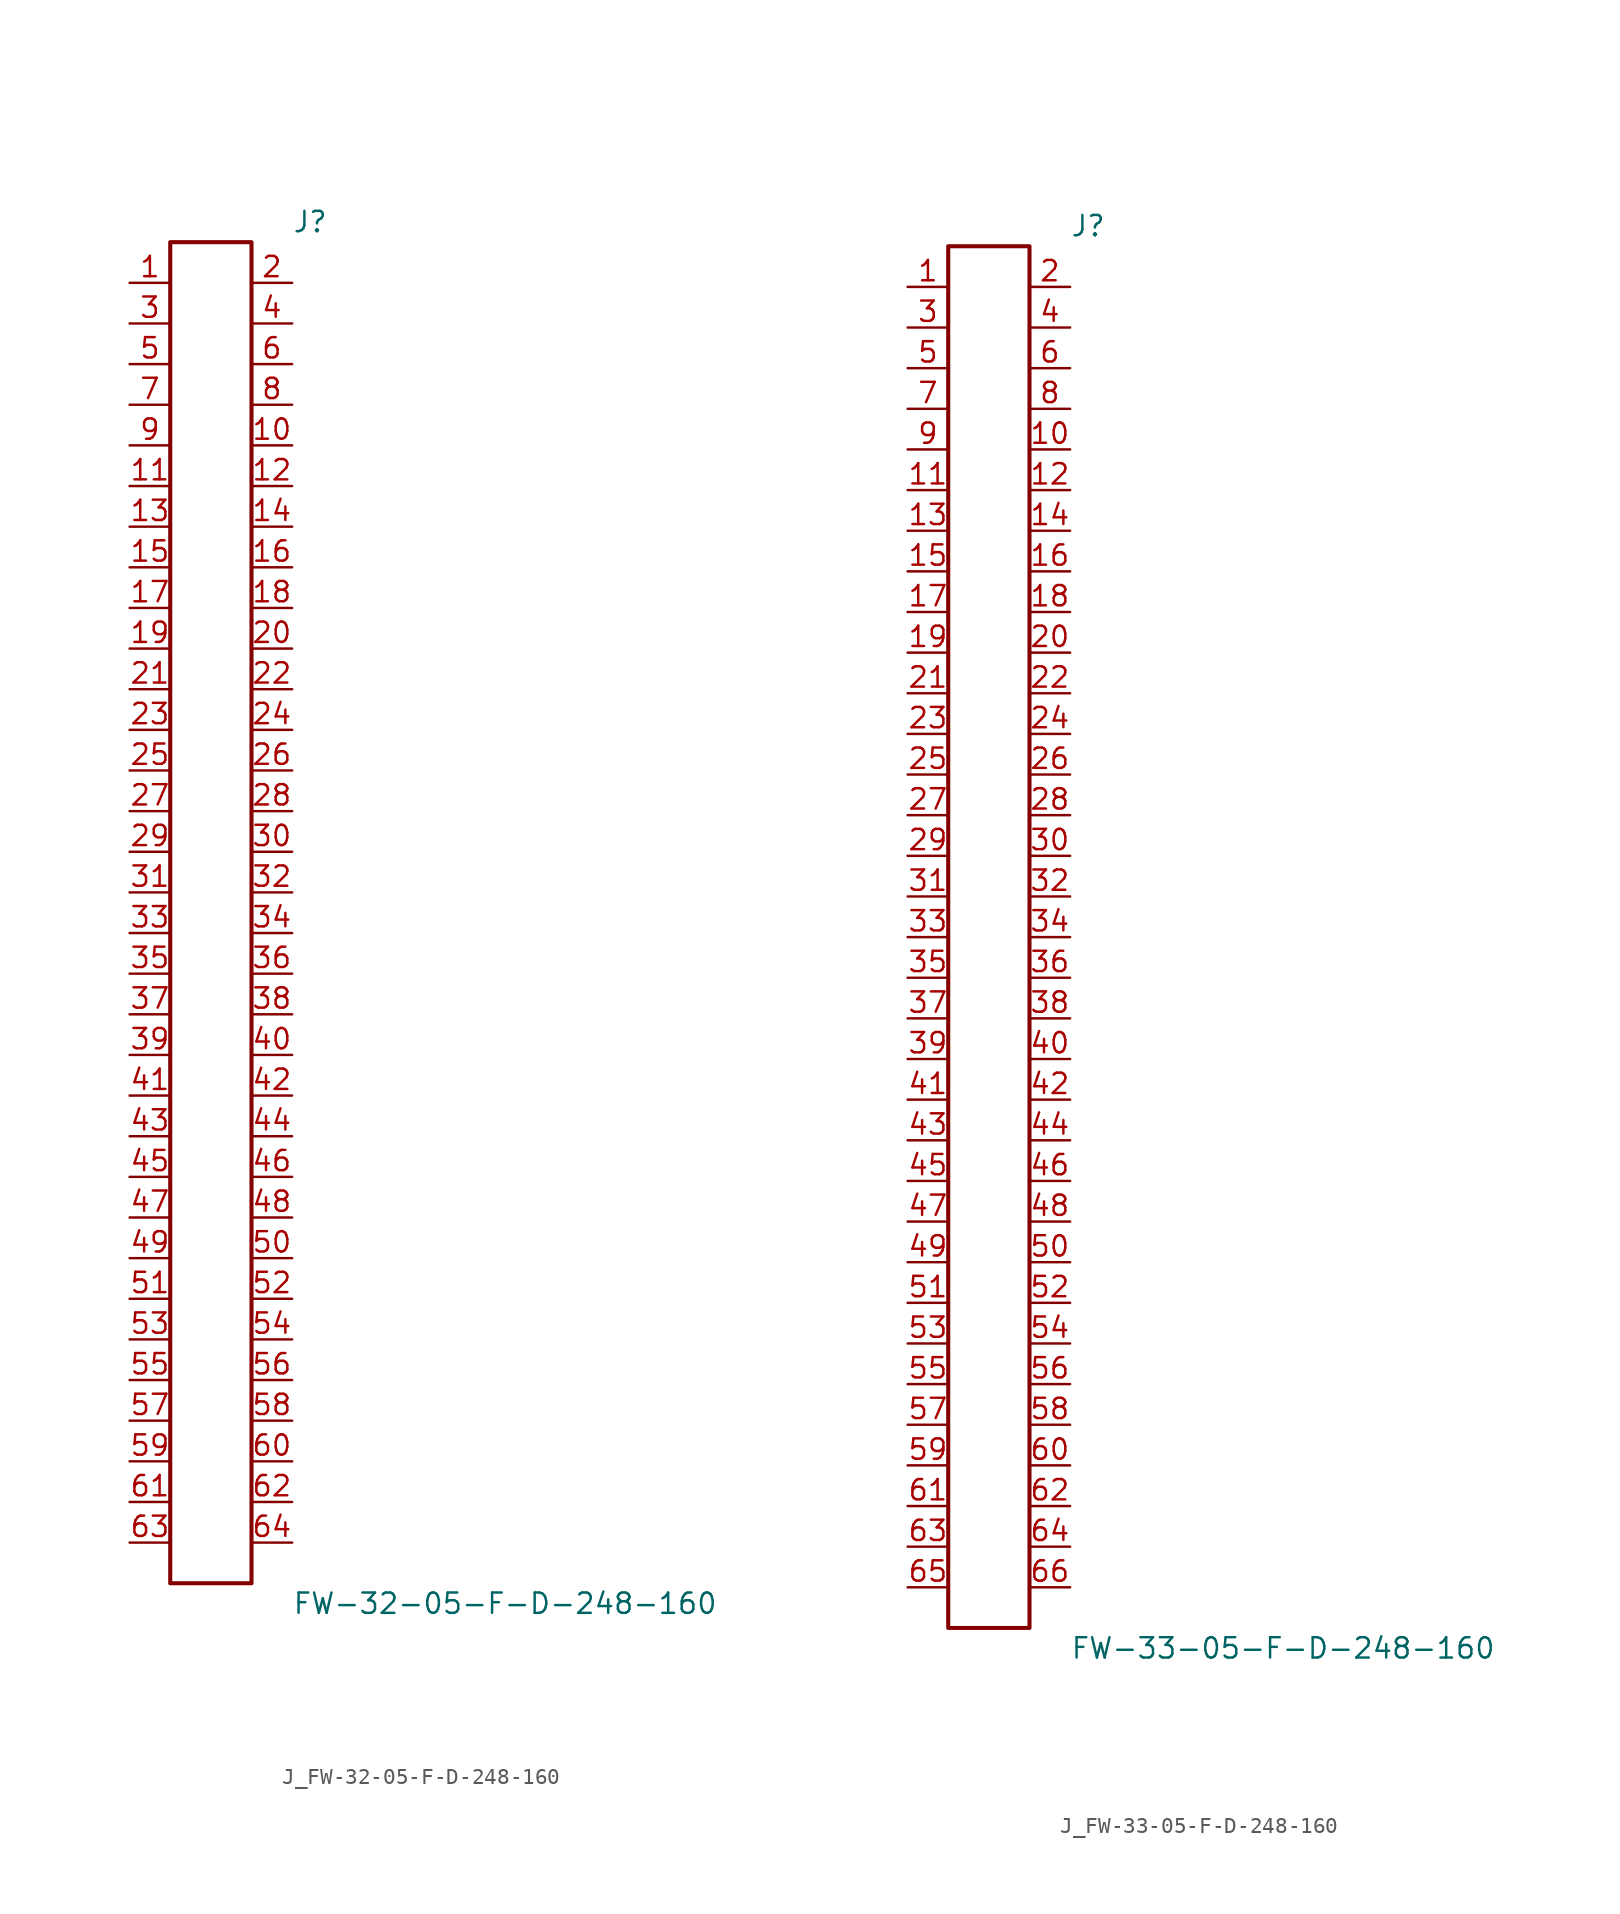
<source format=kicad_sym>
(kicad_symbol_lib
  (version 20231120)
  (generator kicad_symbol_editor)
  (generator_version 8.0)
  (symbol "J_FW-32-05-F-D-248-160"
    (pin_names
      (offset 0.254))
    (property "Reference" "J"
      (at 5.08 43.18 0)
      (effects (font (size 1.27 1.27)) (justify left)))
    (property "Value" "FW-32-05-F-D-248-160"
      (at 5.08 -43.18 0)
      (effects (font (size 1.27 1.27)) (justify left)))
    (symbol "J_FW-32-05-F-D-248-160_0_0"
      (pin passive line (at -5.08 39.37 0) (length 2.54) (name "" (effects (font (size 1.27 1.27)))) (number "1" (effects (font (size 1.27 1.27)))))
      (pin passive line (at 5.08 39.37 180) (length 2.54) (name "" (effects (font (size 1.27 1.27)))) (number "2" (effects (font (size 1.27 1.27)))))
      (pin passive line (at -5.08 36.83 0) (length 2.54) (name "" (effects (font (size 1.27 1.27)))) (number "3" (effects (font (size 1.27 1.27)))))
      (pin passive line (at 5.08 36.83 180) (length 2.54) (name "" (effects (font (size 1.27 1.27)))) (number "4" (effects (font (size 1.27 1.27)))))
      (pin passive line (at -5.08 34.29 0) (length 2.54) (name "" (effects (font (size 1.27 1.27)))) (number "5" (effects (font (size 1.27 1.27)))))
      (pin passive line (at 5.08 34.29 180) (length 2.54) (name "" (effects (font (size 1.27 1.27)))) (number "6" (effects (font (size 1.27 1.27)))))
      (pin passive line (at -5.08 31.75 0) (length 2.54) (name "" (effects (font (size 1.27 1.27)))) (number "7" (effects (font (size 1.27 1.27)))))
      (pin passive line (at 5.08 31.75 180) (length 2.54) (name "" (effects (font (size 1.27 1.27)))) (number "8" (effects (font (size 1.27 1.27)))))
      (pin passive line (at -5.08 29.21 0) (length 2.54) (name "" (effects (font (size 1.27 1.27)))) (number "9" (effects (font (size 1.27 1.27)))))
      (pin passive line (at 5.08 29.21 180) (length 2.54) (name "" (effects (font (size 1.27 1.27)))) (number "10" (effects (font (size 1.27 1.27)))))
      (pin passive line (at -5.08 26.67 0) (length 2.54) (name "" (effects (font (size 1.27 1.27)))) (number "11" (effects (font (size 1.27 1.27)))))
      (pin passive line (at 5.08 26.67 180) (length 2.54) (name "" (effects (font (size 1.27 1.27)))) (number "12" (effects (font (size 1.27 1.27)))))
      (pin passive line (at -5.08 24.13 0) (length 2.54) (name "" (effects (font (size 1.27 1.27)))) (number "13" (effects (font (size 1.27 1.27)))))
      (pin passive line (at 5.08 24.13 180) (length 2.54) (name "" (effects (font (size 1.27 1.27)))) (number "14" (effects (font (size 1.27 1.27)))))
      (pin passive line (at -5.08 21.59 0) (length 2.54) (name "" (effects (font (size 1.27 1.27)))) (number "15" (effects (font (size 1.27 1.27)))))
      (pin passive line (at 5.08 21.59 180) (length 2.54) (name "" (effects (font (size 1.27 1.27)))) (number "16" (effects (font (size 1.27 1.27)))))
      (pin passive line (at -5.08 19.05 0) (length 2.54) (name "" (effects (font (size 1.27 1.27)))) (number "17" (effects (font (size 1.27 1.27)))))
      (pin passive line (at 5.08 19.05 180) (length 2.54) (name "" (effects (font (size 1.27 1.27)))) (number "18" (effects (font (size 1.27 1.27)))))
      (pin passive line (at -5.08 16.51 0) (length 2.54) (name "" (effects (font (size 1.27 1.27)))) (number "19" (effects (font (size 1.27 1.27)))))
      (pin passive line (at 5.08 16.51 180) (length 2.54) (name "" (effects (font (size 1.27 1.27)))) (number "20" (effects (font (size 1.27 1.27)))))
      (pin passive line (at -5.08 13.97 0) (length 2.54) (name "" (effects (font (size 1.27 1.27)))) (number "21" (effects (font (size 1.27 1.27)))))
      (pin passive line (at 5.08 13.97 180) (length 2.54) (name "" (effects (font (size 1.27 1.27)))) (number "22" (effects (font (size 1.27 1.27)))))
      (pin passive line (at -5.08 11.43 0) (length 2.54) (name "" (effects (font (size 1.27 1.27)))) (number "23" (effects (font (size 1.27 1.27)))))
      (pin passive line (at 5.08 11.43 180) (length 2.54) (name "" (effects (font (size 1.27 1.27)))) (number "24" (effects (font (size 1.27 1.27)))))
      (pin passive line (at -5.08 8.89 0) (length 2.54) (name "" (effects (font (size 1.27 1.27)))) (number "25" (effects (font (size 1.27 1.27)))))
      (pin passive line (at 5.08 8.89 180) (length 2.54) (name "" (effects (font (size 1.27 1.27)))) (number "26" (effects (font (size 1.27 1.27)))))
      (pin passive line (at -5.08 6.35 0) (length 2.54) (name "" (effects (font (size 1.27 1.27)))) (number "27" (effects (font (size 1.27 1.27)))))
      (pin passive line (at 5.08 6.35 180) (length 2.54) (name "" (effects (font (size 1.27 1.27)))) (number "28" (effects (font (size 1.27 1.27)))))
      (pin passive line (at -5.08 3.81 0) (length 2.54) (name "" (effects (font (size 1.27 1.27)))) (number "29" (effects (font (size 1.27 1.27)))))
      (pin passive line (at 5.08 3.81 180) (length 2.54) (name "" (effects (font (size 1.27 1.27)))) (number "30" (effects (font (size 1.27 1.27)))))
      (pin passive line (at -5.08 1.27 0) (length 2.54) (name "" (effects (font (size 1.27 1.27)))) (number "31" (effects (font (size 1.27 1.27)))))
      (pin passive line (at 5.08 1.27 180) (length 2.54) (name "" (effects (font (size 1.27 1.27)))) (number "32" (effects (font (size 1.27 1.27)))))
      (pin passive line (at -5.08 -1.27 0) (length 2.54) (name "" (effects (font (size 1.27 1.27)))) (number "33" (effects (font (size 1.27 1.27)))))
      (pin passive line (at 5.08 -1.27 180) (length 2.54) (name "" (effects (font (size 1.27 1.27)))) (number "34" (effects (font (size 1.27 1.27)))))
      (pin passive line (at -5.08 -3.81 0) (length 2.54) (name "" (effects (font (size 1.27 1.27)))) (number "35" (effects (font (size 1.27 1.27)))))
      (pin passive line (at 5.08 -3.81 180) (length 2.54) (name "" (effects (font (size 1.27 1.27)))) (number "36" (effects (font (size 1.27 1.27)))))
      (pin passive line (at -5.08 -6.35 0) (length 2.54) (name "" (effects (font (size 1.27 1.27)))) (number "37" (effects (font (size 1.27 1.27)))))
      (pin passive line (at 5.08 -6.35 180) (length 2.54) (name "" (effects (font (size 1.27 1.27)))) (number "38" (effects (font (size 1.27 1.27)))))
      (pin passive line (at -5.08 -8.89 0) (length 2.54) (name "" (effects (font (size 1.27 1.27)))) (number "39" (effects (font (size 1.27 1.27)))))
      (pin passive line (at 5.08 -8.89 180) (length 2.54) (name "" (effects (font (size 1.27 1.27)))) (number "40" (effects (font (size 1.27 1.27)))))
      (pin passive line (at -5.08 -11.43 0) (length 2.54) (name "" (effects (font (size 1.27 1.27)))) (number "41" (effects (font (size 1.27 1.27)))))
      (pin passive line (at 5.08 -11.43 180) (length 2.54) (name "" (effects (font (size 1.27 1.27)))) (number "42" (effects (font (size 1.27 1.27)))))
      (pin passive line (at -5.08 -13.97 0) (length 2.54) (name "" (effects (font (size 1.27 1.27)))) (number "43" (effects (font (size 1.27 1.27)))))
      (pin passive line (at 5.08 -13.97 180) (length 2.54) (name "" (effects (font (size 1.27 1.27)))) (number "44" (effects (font (size 1.27 1.27)))))
      (pin passive line (at -5.08 -16.51 0) (length 2.54) (name "" (effects (font (size 1.27 1.27)))) (number "45" (effects (font (size 1.27 1.27)))))
      (pin passive line (at 5.08 -16.51 180) (length 2.54) (name "" (effects (font (size 1.27 1.27)))) (number "46" (effects (font (size 1.27 1.27)))))
      (pin passive line (at -5.08 -19.05 0) (length 2.54) (name "" (effects (font (size 1.27 1.27)))) (number "47" (effects (font (size 1.27 1.27)))))
      (pin passive line (at 5.08 -19.05 180) (length 2.54) (name "" (effects (font (size 1.27 1.27)))) (number "48" (effects (font (size 1.27 1.27)))))
      (pin passive line (at -5.08 -21.59 0) (length 2.54) (name "" (effects (font (size 1.27 1.27)))) (number "49" (effects (font (size 1.27 1.27)))))
      (pin passive line (at 5.08 -21.59 180) (length 2.54) (name "" (effects (font (size 1.27 1.27)))) (number "50" (effects (font (size 1.27 1.27)))))
      (pin passive line (at -5.08 -24.13 0) (length 2.54) (name "" (effects (font (size 1.27 1.27)))) (number "51" (effects (font (size 1.27 1.27)))))
      (pin passive line (at 5.08 -24.13 180) (length 2.54) (name "" (effects (font (size 1.27 1.27)))) (number "52" (effects (font (size 1.27 1.27)))))
      (pin passive line (at -5.08 -26.67 0) (length 2.54) (name "" (effects (font (size 1.27 1.27)))) (number "53" (effects (font (size 1.27 1.27)))))
      (pin passive line (at 5.08 -26.67 180) (length 2.54) (name "" (effects (font (size 1.27 1.27)))) (number "54" (effects (font (size 1.27 1.27)))))
      (pin passive line (at -5.08 -29.21 0) (length 2.54) (name "" (effects (font (size 1.27 1.27)))) (number "55" (effects (font (size 1.27 1.27)))))
      (pin passive line (at 5.08 -29.21 180) (length 2.54) (name "" (effects (font (size 1.27 1.27)))) (number "56" (effects (font (size 1.27 1.27)))))
      (pin passive line (at -5.08 -31.75 0) (length 2.54) (name "" (effects (font (size 1.27 1.27)))) (number "57" (effects (font (size 1.27 1.27)))))
      (pin passive line (at 5.08 -31.75 180) (length 2.54) (name "" (effects (font (size 1.27 1.27)))) (number "58" (effects (font (size 1.27 1.27)))))
      (pin passive line (at -5.08 -34.29 0) (length 2.54) (name "" (effects (font (size 1.27 1.27)))) (number "59" (effects (font (size 1.27 1.27)))))
      (pin passive line (at 5.08 -34.29 180) (length 2.54) (name "" (effects (font (size 1.27 1.27)))) (number "60" (effects (font (size 1.27 1.27)))))
      (pin passive line (at -5.08 -36.83 0) (length 2.54) (name "" (effects (font (size 1.27 1.27)))) (number "61" (effects (font (size 1.27 1.27)))))
      (pin passive line (at 5.08 -36.83 180) (length 2.54) (name "" (effects (font (size 1.27 1.27)))) (number "62" (effects (font (size 1.27 1.27)))))
      (pin passive line (at -5.08 -39.37 0) (length 2.54) (name "" (effects (font (size 1.27 1.27)))) (number "63" (effects (font (size 1.27 1.27)))))
      (pin passive line (at 5.08 -39.37 180) (length 2.54) (name "" (effects (font (size 1.27 1.27)))) (number "64" (effects (font (size 1.27 1.27))))))
    (symbol "J_FW-32-05-F-D-248-160_1_0"
      (rectangle (start -2.54 41.91) (end 2.54 -41.91) (stroke (width 0.254) (type solid)) (fill (type none)))))
  (symbol "J_FW-33-05-F-D-248-160"
    (pin_names
      (offset 0.254))
    (property "Reference" "J"
      (at 5.08 44.45 0)
      (effects (font (size 1.27 1.27)) (justify left)))
    (property "Value" "FW-33-05-F-D-248-160"
      (at 5.08 -44.45 0)
      (effects (font (size 1.27 1.27)) (justify left)))
    (symbol "J_FW-33-05-F-D-248-160_0_0"
      (pin passive line (at -5.08 40.64 0) (length 2.54) (name "" (effects (font (size 1.27 1.27)))) (number "1" (effects (font (size 1.27 1.27)))))
      (pin passive line (at 5.08 40.64 180) (length 2.54) (name "" (effects (font (size 1.27 1.27)))) (number "2" (effects (font (size 1.27 1.27)))))
      (pin passive line (at -5.08 38.1 0) (length 2.54) (name "" (effects (font (size 1.27 1.27)))) (number "3" (effects (font (size 1.27 1.27)))))
      (pin passive line (at 5.08 38.1 180) (length 2.54) (name "" (effects (font (size 1.27 1.27)))) (number "4" (effects (font (size 1.27 1.27)))))
      (pin passive line (at -5.08 35.56 0) (length 2.54) (name "" (effects (font (size 1.27 1.27)))) (number "5" (effects (font (size 1.27 1.27)))))
      (pin passive line (at 5.08 35.56 180) (length 2.54) (name "" (effects (font (size 1.27 1.27)))) (number "6" (effects (font (size 1.27 1.27)))))
      (pin passive line (at -5.08 33.02 0) (length 2.54) (name "" (effects (font (size 1.27 1.27)))) (number "7" (effects (font (size 1.27 1.27)))))
      (pin passive line (at 5.08 33.02 180) (length 2.54) (name "" (effects (font (size 1.27 1.27)))) (number "8" (effects (font (size 1.27 1.27)))))
      (pin passive line (at -5.08 30.48 0) (length 2.54) (name "" (effects (font (size 1.27 1.27)))) (number "9" (effects (font (size 1.27 1.27)))))
      (pin passive line (at 5.08 30.48 180) (length 2.54) (name "" (effects (font (size 1.27 1.27)))) (number "10" (effects (font (size 1.27 1.27)))))
      (pin passive line (at -5.08 27.94 0) (length 2.54) (name "" (effects (font (size 1.27 1.27)))) (number "11" (effects (font (size 1.27 1.27)))))
      (pin passive line (at 5.08 27.94 180) (length 2.54) (name "" (effects (font (size 1.27 1.27)))) (number "12" (effects (font (size 1.27 1.27)))))
      (pin passive line (at -5.08 25.4 0) (length 2.54) (name "" (effects (font (size 1.27 1.27)))) (number "13" (effects (font (size 1.27 1.27)))))
      (pin passive line (at 5.08 25.4 180) (length 2.54) (name "" (effects (font (size 1.27 1.27)))) (number "14" (effects (font (size 1.27 1.27)))))
      (pin passive line (at -5.08 22.86 0) (length 2.54) (name "" (effects (font (size 1.27 1.27)))) (number "15" (effects (font (size 1.27 1.27)))))
      (pin passive line (at 5.08 22.86 180) (length 2.54) (name "" (effects (font (size 1.27 1.27)))) (number "16" (effects (font (size 1.27 1.27)))))
      (pin passive line (at -5.08 20.32 0) (length 2.54) (name "" (effects (font (size 1.27 1.27)))) (number "17" (effects (font (size 1.27 1.27)))))
      (pin passive line (at 5.08 20.32 180) (length 2.54) (name "" (effects (font (size 1.27 1.27)))) (number "18" (effects (font (size 1.27 1.27)))))
      (pin passive line (at -5.08 17.78 0) (length 2.54) (name "" (effects (font (size 1.27 1.27)))) (number "19" (effects (font (size 1.27 1.27)))))
      (pin passive line (at 5.08 17.78 180) (length 2.54) (name "" (effects (font (size 1.27 1.27)))) (number "20" (effects (font (size 1.27 1.27)))))
      (pin passive line (at -5.08 15.24 0) (length 2.54) (name "" (effects (font (size 1.27 1.27)))) (number "21" (effects (font (size 1.27 1.27)))))
      (pin passive line (at 5.08 15.24 180) (length 2.54) (name "" (effects (font (size 1.27 1.27)))) (number "22" (effects (font (size 1.27 1.27)))))
      (pin passive line (at -5.08 12.7 0) (length 2.54) (name "" (effects (font (size 1.27 1.27)))) (number "23" (effects (font (size 1.27 1.27)))))
      (pin passive line (at 5.08 12.7 180) (length 2.54) (name "" (effects (font (size 1.27 1.27)))) (number "24" (effects (font (size 1.27 1.27)))))
      (pin passive line (at -5.08 10.16 0) (length 2.54) (name "" (effects (font (size 1.27 1.27)))) (number "25" (effects (font (size 1.27 1.27)))))
      (pin passive line (at 5.08 10.16 180) (length 2.54) (name "" (effects (font (size 1.27 1.27)))) (number "26" (effects (font (size 1.27 1.27)))))
      (pin passive line (at -5.08 7.62 0) (length 2.54) (name "" (effects (font (size 1.27 1.27)))) (number "27" (effects (font (size 1.27 1.27)))))
      (pin passive line (at 5.08 7.62 180) (length 2.54) (name "" (effects (font (size 1.27 1.27)))) (number "28" (effects (font (size 1.27 1.27)))))
      (pin passive line (at -5.08 5.08 0) (length 2.54) (name "" (effects (font (size 1.27 1.27)))) (number "29" (effects (font (size 1.27 1.27)))))
      (pin passive line (at 5.08 5.08 180) (length 2.54) (name "" (effects (font (size 1.27 1.27)))) (number "30" (effects (font (size 1.27 1.27)))))
      (pin passive line (at -5.08 2.54 0) (length 2.54) (name "" (effects (font (size 1.27 1.27)))) (number "31" (effects (font (size 1.27 1.27)))))
      (pin passive line (at 5.08 2.54 180) (length 2.54) (name "" (effects (font (size 1.27 1.27)))) (number "32" (effects (font (size 1.27 1.27)))))
      (pin passive line (at -5.08 0.0 0) (length 2.54) (name "" (effects (font (size 1.27 1.27)))) (number "33" (effects (font (size 1.27 1.27)))))
      (pin passive line (at 5.08 0.0 180) (length 2.54) (name "" (effects (font (size 1.27 1.27)))) (number "34" (effects (font (size 1.27 1.27)))))
      (pin passive line (at -5.08 -2.54 0) (length 2.54) (name "" (effects (font (size 1.27 1.27)))) (number "35" (effects (font (size 1.27 1.27)))))
      (pin passive line (at 5.08 -2.54 180) (length 2.54) (name "" (effects (font (size 1.27 1.27)))) (number "36" (effects (font (size 1.27 1.27)))))
      (pin passive line (at -5.08 -5.08 0) (length 2.54) (name "" (effects (font (size 1.27 1.27)))) (number "37" (effects (font (size 1.27 1.27)))))
      (pin passive line (at 5.08 -5.08 180) (length 2.54) (name "" (effects (font (size 1.27 1.27)))) (number "38" (effects (font (size 1.27 1.27)))))
      (pin passive line (at -5.08 -7.62 0) (length 2.54) (name "" (effects (font (size 1.27 1.27)))) (number "39" (effects (font (size 1.27 1.27)))))
      (pin passive line (at 5.08 -7.62 180) (length 2.54) (name "" (effects (font (size 1.27 1.27)))) (number "40" (effects (font (size 1.27 1.27)))))
      (pin passive line (at -5.08 -10.16 0) (length 2.54) (name "" (effects (font (size 1.27 1.27)))) (number "41" (effects (font (size 1.27 1.27)))))
      (pin passive line (at 5.08 -10.16 180) (length 2.54) (name "" (effects (font (size 1.27 1.27)))) (number "42" (effects (font (size 1.27 1.27)))))
      (pin passive line (at -5.08 -12.7 0) (length 2.54) (name "" (effects (font (size 1.27 1.27)))) (number "43" (effects (font (size 1.27 1.27)))))
      (pin passive line (at 5.08 -12.7 180) (length 2.54) (name "" (effects (font (size 1.27 1.27)))) (number "44" (effects (font (size 1.27 1.27)))))
      (pin passive line (at -5.08 -15.24 0) (length 2.54) (name "" (effects (font (size 1.27 1.27)))) (number "45" (effects (font (size 1.27 1.27)))))
      (pin passive line (at 5.08 -15.24 180) (length 2.54) (name "" (effects (font (size 1.27 1.27)))) (number "46" (effects (font (size 1.27 1.27)))))
      (pin passive line (at -5.08 -17.78 0) (length 2.54) (name "" (effects (font (size 1.27 1.27)))) (number "47" (effects (font (size 1.27 1.27)))))
      (pin passive line (at 5.08 -17.78 180) (length 2.54) (name "" (effects (font (size 1.27 1.27)))) (number "48" (effects (font (size 1.27 1.27)))))
      (pin passive line (at -5.08 -20.32 0) (length 2.54) (name "" (effects (font (size 1.27 1.27)))) (number "49" (effects (font (size 1.27 1.27)))))
      (pin passive line (at 5.08 -20.32 180) (length 2.54) (name "" (effects (font (size 1.27 1.27)))) (number "50" (effects (font (size 1.27 1.27)))))
      (pin passive line (at -5.08 -22.86 0) (length 2.54) (name "" (effects (font (size 1.27 1.27)))) (number "51" (effects (font (size 1.27 1.27)))))
      (pin passive line (at 5.08 -22.86 180) (length 2.54) (name "" (effects (font (size 1.27 1.27)))) (number "52" (effects (font (size 1.27 1.27)))))
      (pin passive line (at -5.08 -25.4 0) (length 2.54) (name "" (effects (font (size 1.27 1.27)))) (number "53" (effects (font (size 1.27 1.27)))))
      (pin passive line (at 5.08 -25.4 180) (length 2.54) (name "" (effects (font (size 1.27 1.27)))) (number "54" (effects (font (size 1.27 1.27)))))
      (pin passive line (at -5.08 -27.94 0) (length 2.54) (name "" (effects (font (size 1.27 1.27)))) (number "55" (effects (font (size 1.27 1.27)))))
      (pin passive line (at 5.08 -27.94 180) (length 2.54) (name "" (effects (font (size 1.27 1.27)))) (number "56" (effects (font (size 1.27 1.27)))))
      (pin passive line (at -5.08 -30.48 0) (length 2.54) (name "" (effects (font (size 1.27 1.27)))) (number "57" (effects (font (size 1.27 1.27)))))
      (pin passive line (at 5.08 -30.48 180) (length 2.54) (name "" (effects (font (size 1.27 1.27)))) (number "58" (effects (font (size 1.27 1.27)))))
      (pin passive line (at -5.08 -33.02 0) (length 2.54) (name "" (effects (font (size 1.27 1.27)))) (number "59" (effects (font (size 1.27 1.27)))))
      (pin passive line (at 5.08 -33.02 180) (length 2.54) (name "" (effects (font (size 1.27 1.27)))) (number "60" (effects (font (size 1.27 1.27)))))
      (pin passive line (at -5.08 -35.56 0) (length 2.54) (name "" (effects (font (size 1.27 1.27)))) (number "61" (effects (font (size 1.27 1.27)))))
      (pin passive line (at 5.08 -35.56 180) (length 2.54) (name "" (effects (font (size 1.27 1.27)))) (number "62" (effects (font (size 1.27 1.27)))))
      (pin passive line (at -5.08 -38.1 0) (length 2.54) (name "" (effects (font (size 1.27 1.27)))) (number "63" (effects (font (size 1.27 1.27)))))
      (pin passive line (at 5.08 -38.1 180) (length 2.54) (name "" (effects (font (size 1.27 1.27)))) (number "64" (effects (font (size 1.27 1.27)))))
      (pin passive line (at -5.08 -40.64 0) (length 2.54) (name "" (effects (font (size 1.27 1.27)))) (number "65" (effects (font (size 1.27 1.27)))))
      (pin passive line (at 5.08 -40.64 180) (length 2.54) (name "" (effects (font (size 1.27 1.27)))) (number "66" (effects (font (size 1.27 1.27))))))
    (symbol "J_FW-33-05-F-D-248-160_1_0"
      (rectangle (start -2.54 43.18) (end 2.54 -43.18) (stroke (width 0.254) (type solid)) (fill (type none))))))
</source>
